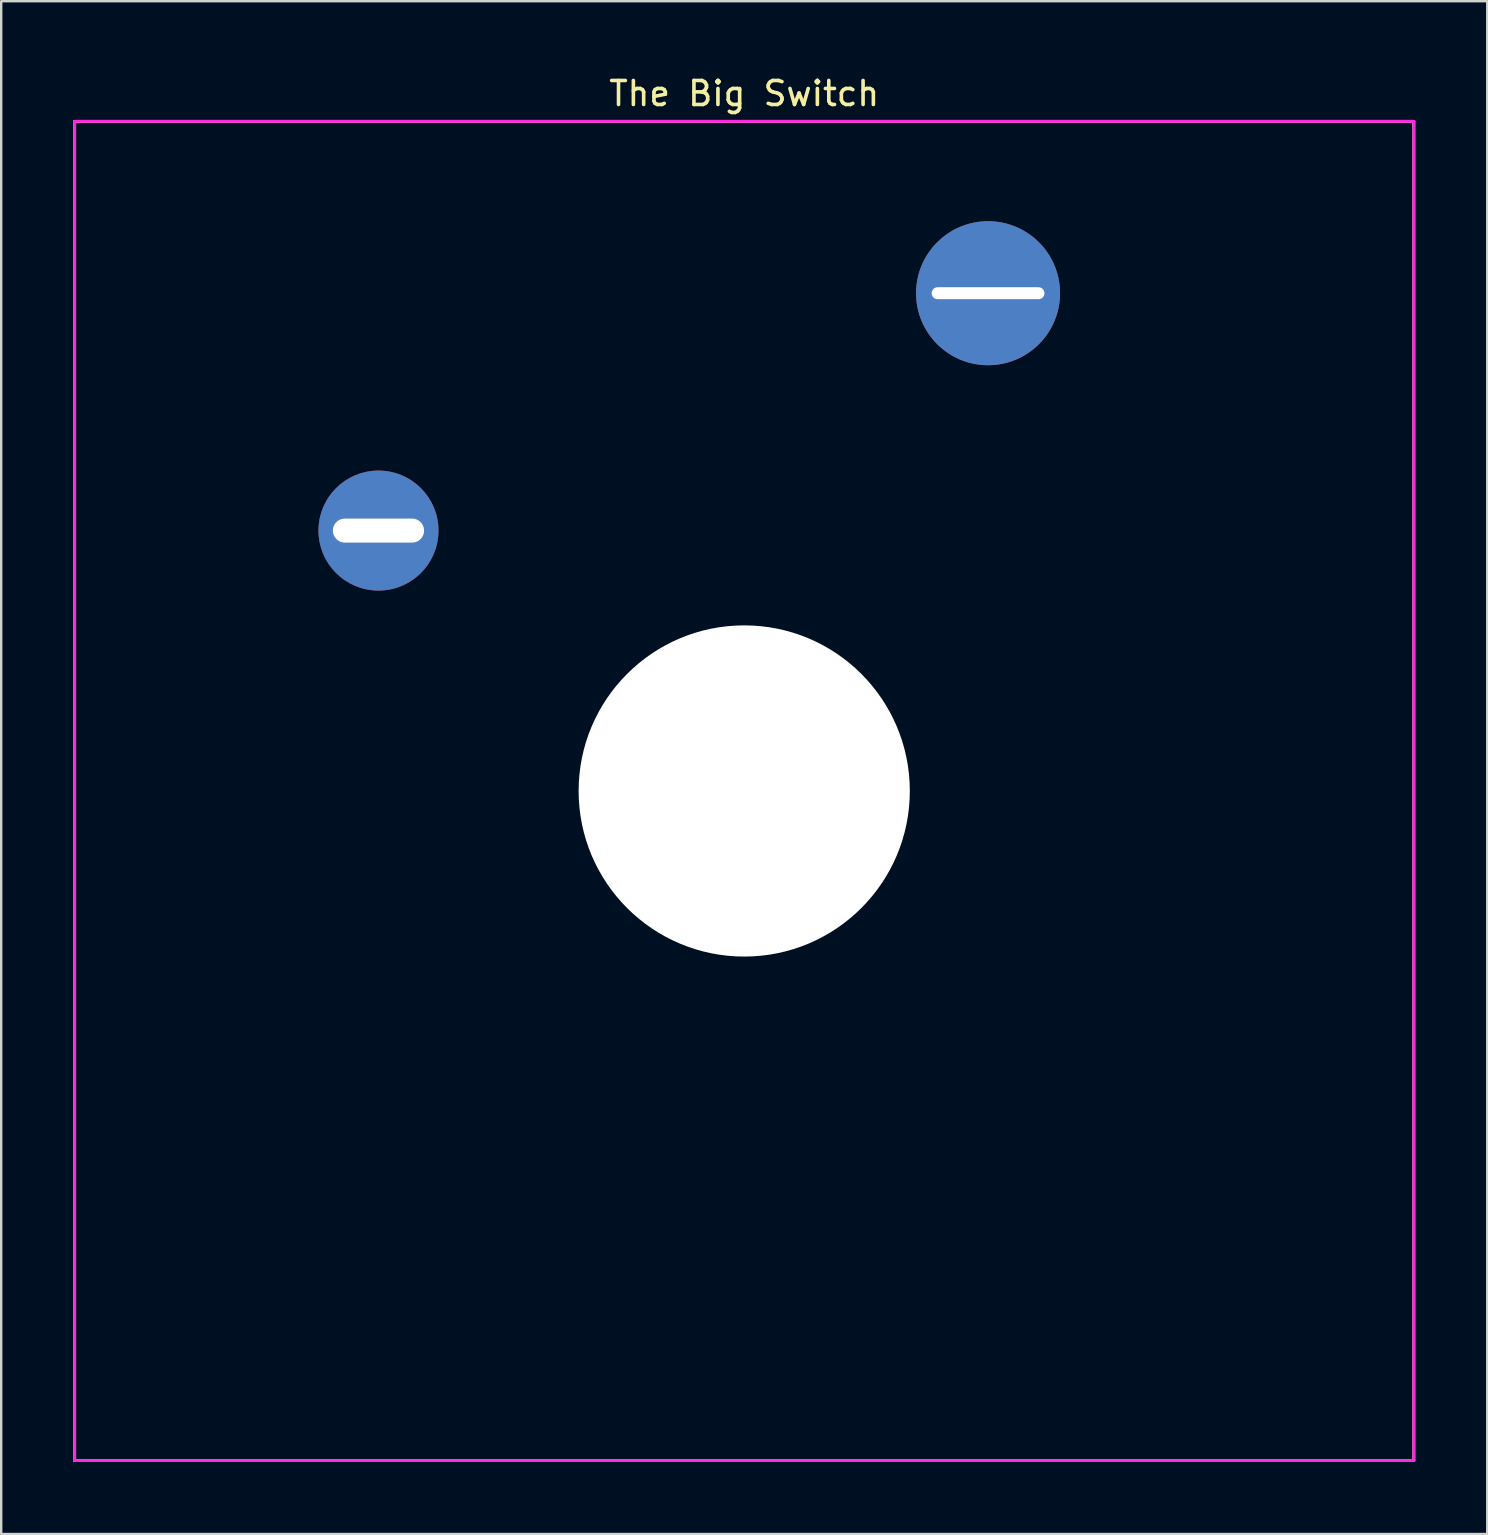
<source format=kicad_pcb>
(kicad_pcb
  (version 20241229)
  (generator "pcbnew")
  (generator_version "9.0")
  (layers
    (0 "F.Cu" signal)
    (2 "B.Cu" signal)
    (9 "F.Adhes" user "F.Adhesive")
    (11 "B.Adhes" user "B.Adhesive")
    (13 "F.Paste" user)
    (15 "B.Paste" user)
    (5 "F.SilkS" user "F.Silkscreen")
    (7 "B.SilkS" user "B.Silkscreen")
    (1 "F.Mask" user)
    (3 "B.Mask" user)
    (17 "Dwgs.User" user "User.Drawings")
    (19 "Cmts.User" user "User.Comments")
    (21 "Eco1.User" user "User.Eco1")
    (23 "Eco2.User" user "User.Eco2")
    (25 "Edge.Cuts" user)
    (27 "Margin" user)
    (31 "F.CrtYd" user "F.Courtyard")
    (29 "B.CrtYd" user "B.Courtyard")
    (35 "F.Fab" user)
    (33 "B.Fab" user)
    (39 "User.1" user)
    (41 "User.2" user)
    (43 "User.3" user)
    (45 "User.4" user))
  (footprint "The Big Switch"
    (layer "F.Cu")
    (at 27.96 29.908)
    (property "Reference" "The Big Switch" (at 0 -29.06 0) (layer "F.SilkS") (effects (font (size 1 1) (thickness 0.15))))
    (attr through_hole)
    (fp_line (start -27.9 -27.9) (end 27.9 -27.9) (stroke (width 0.12) (type solid)) (layer "F.SilkS"))
    (fp_line (start -27.9 27.9) (end -27.9 -27.9) (stroke (width 0.12) (type solid)) (layer "F.SilkS"))
    (fp_line (start 27.9 -27.9) (end 27.9 27.9) (stroke (width 0.12) (type solid)) (layer "F.SilkS"))
    (fp_line (start 27.9 27.9) (end -27.9 27.9) (stroke (width 0.12) (type solid)) (layer "F.SilkS"))
    (fp_line (start -27.9 -27.9) (end 27.9 -27.9) (stroke (width 0.12) (type solid)) (layer "F.CrtYd"))
    (fp_line (start -27.9 27.9) (end -27.9 -27.9) (stroke (width 0.12) (type solid)) (layer "F.CrtYd"))
    (fp_line (start 27.9 -27.9) (end 27.9 27.9) (stroke (width 0.12) (type solid)) (layer "F.CrtYd"))
    (fp_line (start 27.9 27.9) (end -27.9 27.9) (stroke (width 0.12) (type solid)) (layer "F.CrtYd"))
    (pad "" np_thru_hole circle (at 0 0) (size 13.8 13.8) (drill 13.8) (layers "*.Cu" "*.Mask"))
    (pad "1" thru_hole circle (at -15.24 -10.85) (size 5 5) (drill oval 3.8 1) (layers "*.Cu" "*.Mask"))
    (pad "2" thru_hole circle (at 10.16 -20.74) (size 6 6) (drill oval 4.7 0.5) (layers "*.Cu" "*.Mask")))
  (gr_rect
    (start -3 -3)
    (end 58.92 60.868)
    (stroke (width 0.1) (type default))
    (fill no)
    (layer "Edge.Cuts")))
</source>
